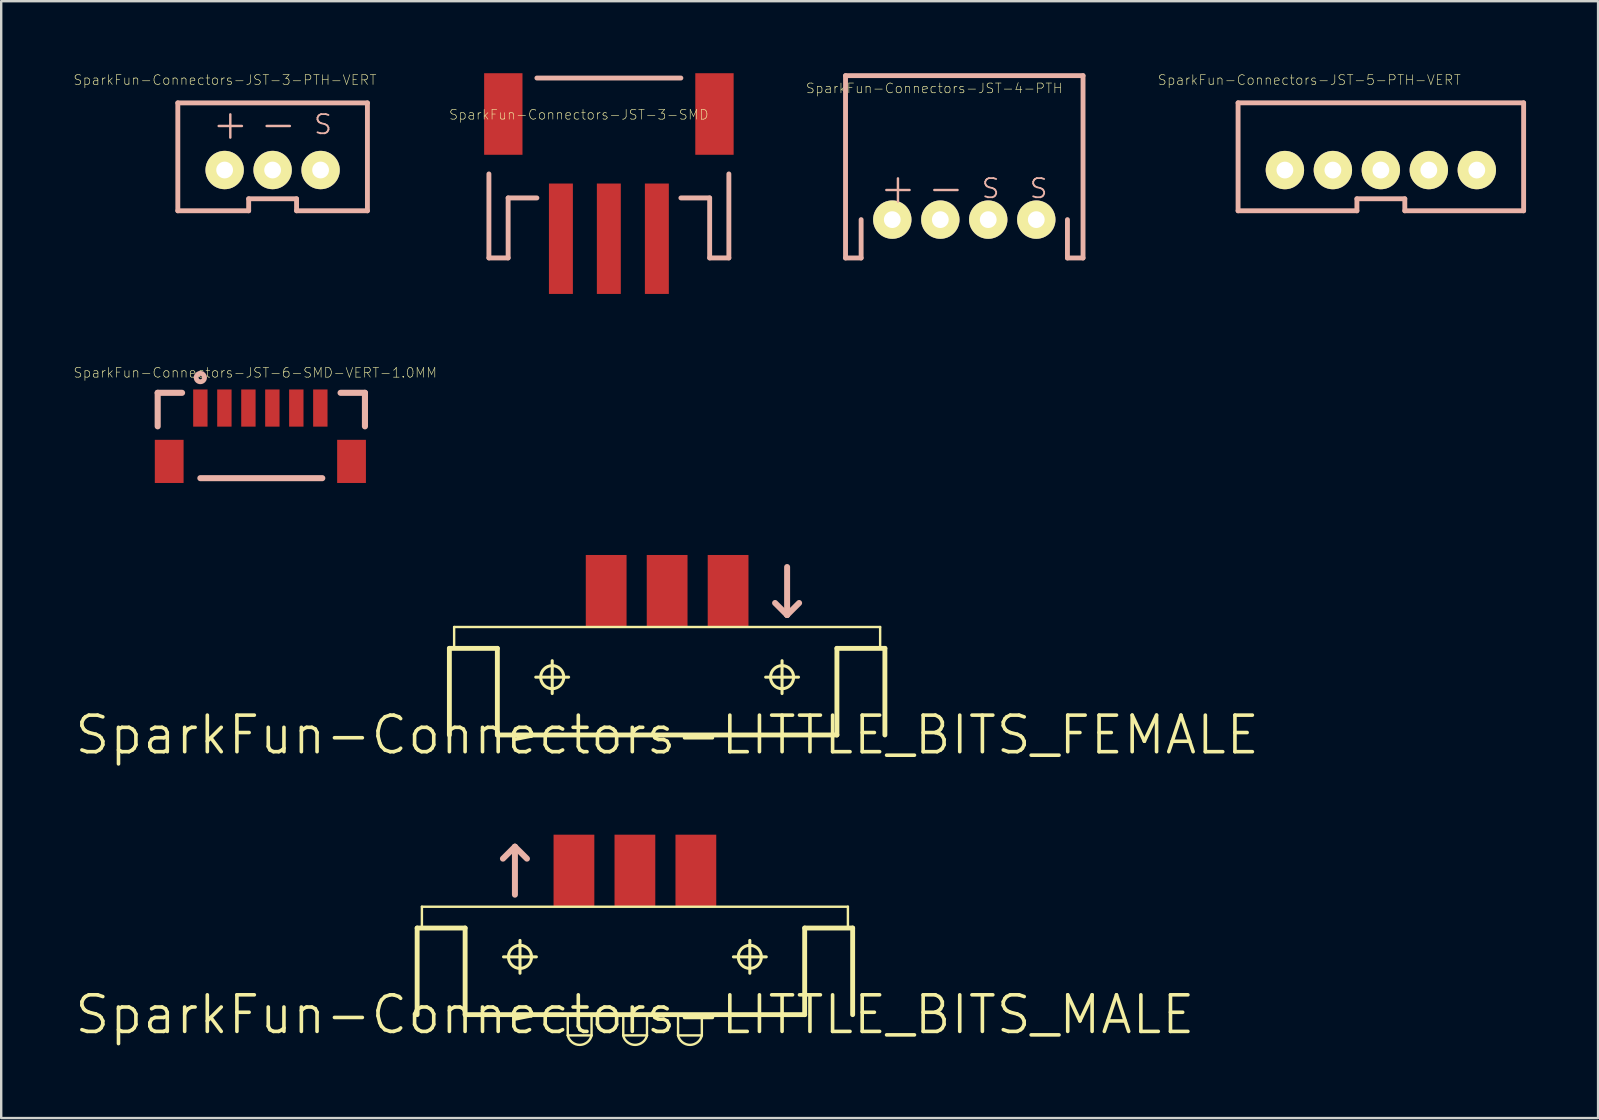
<source format=kicad_pcb>
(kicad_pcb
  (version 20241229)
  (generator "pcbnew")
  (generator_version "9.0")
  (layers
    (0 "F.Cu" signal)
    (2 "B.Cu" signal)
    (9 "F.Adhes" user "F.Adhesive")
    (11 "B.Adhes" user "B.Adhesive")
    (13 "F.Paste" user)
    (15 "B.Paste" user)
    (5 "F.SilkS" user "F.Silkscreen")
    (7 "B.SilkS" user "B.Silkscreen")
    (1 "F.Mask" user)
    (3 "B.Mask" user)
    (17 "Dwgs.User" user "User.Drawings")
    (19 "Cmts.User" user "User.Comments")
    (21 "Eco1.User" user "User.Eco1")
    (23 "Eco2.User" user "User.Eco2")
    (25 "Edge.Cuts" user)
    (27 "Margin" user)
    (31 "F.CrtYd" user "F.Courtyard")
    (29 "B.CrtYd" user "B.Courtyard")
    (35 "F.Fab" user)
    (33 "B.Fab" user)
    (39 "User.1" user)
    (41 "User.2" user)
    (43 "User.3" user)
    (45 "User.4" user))
  (footprint "SparkFun-Connectors-JST-3-SMD"
    (layer "F.Cu")
    (at 22.31 2.129)
    (property "Reference" "SparkFun-Connectors-JST-3-SMD" (at -1.242 -0.401 0) (layer "F.SilkS") (effects (font (size 0.406 0.406) (thickness 0.025))))
    (attr smd)
    (fp_line (start -4.989 2.068) (end -4.989 5.568) (stroke (width 0.203) (type solid)) (layer "B.SilkS"))
    (fp_line (start -4.989 5.568) (end -4.188 5.568) (stroke (width 0.203) (type solid)) (layer "B.SilkS"))
    (fp_line (start -4.188 3.068) (end -2.99 3.068) (stroke (width 0.203) (type solid)) (layer "B.SilkS"))
    (fp_line (start -4.188 5.568) (end -4.188 3.068) (stroke (width 0.203) (type solid)) (layer "B.SilkS"))
    (fp_line (start 3.01 -1.928) (end -2.99 -1.928) (stroke (width 0.203) (type solid)) (layer "B.SilkS"))
    (fp_line (start 3.01 3.068) (end 4.209 3.068) (stroke (width 0.203) (type solid)) (layer "B.SilkS"))
    (fp_line (start 4.209 3.068) (end 4.209 5.568) (stroke (width 0.203) (type solid)) (layer "B.SilkS"))
    (fp_line (start 4.209 5.568) (end 5.009 5.568) (stroke (width 0.203) (type solid)) (layer "B.SilkS"))
    (fp_line (start 5.009 5.568) (end 5.009 2.068) (stroke (width 0.203) (type solid)) (layer "B.SilkS"))
    (pad "1" smd rect (at -1.989 4.768) (size 0.998 4.6) (layers "F.Cu" "F.Mask" "F.Paste"))
    (pad "2" smd rect (at 0.008 4.768) (size 0.998 4.6) (layers "F.Cu" "F.Mask" "F.Paste"))
    (pad "3" smd rect (at 2.009 4.768) (size 0.998 4.6) (layers "F.Cu" "F.Mask" "F.Paste"))
    (pad "NC1" smd rect (at -4.389 -0.429 90) (size 3.399 1.598) (layers "F.Cu" "F.Mask" "F.Paste"))
    (pad "NC2" smd rect (at 4.409 -0.429 90) (size 3.399 1.598) (layers "F.Cu" "F.Mask" "F.Paste")))
  (footprint "SparkFun-Connectors-JST-4-PTH"
    (layer "F.Cu")
    (at 37.128 6.101)
    (property "Reference" "SparkFun-Connectors-JST-4-PTH" (at -1.252 -5.471 0) (layer "F.SilkS") (effects (font (size 0.406 0.406) (thickness 0.025))))
    (attr exclude_from_pos_files exclude_from_bom)
    (fp_line (start -4.948 -5.999) (end 4.948 -5.999) (stroke (width 0.203) (type solid)) (layer "B.SilkS"))
    (fp_line (start -4.948 1.598) (end -4.948 -5.999) (stroke (width 0.203) (type solid)) (layer "B.SilkS"))
    (fp_line (start -4.948 1.598) (end -4.298 1.598) (stroke (width 0.203) (type solid)) (layer "B.SilkS"))
    (fp_line (start -4.298 1.598) (end -4.298 0) (stroke (width 0.203) (type solid)) (layer "B.SilkS"))
    (fp_line (start 4.298 1.598) (end 4.298 0) (stroke (width 0.203) (type solid)) (layer "B.SilkS"))
    (fp_line (start 4.948 -5.999) (end 4.948 1.598) (stroke (width 0.203) (type solid)) (layer "B.SilkS"))
    (fp_line (start 4.948 1.598) (end 4.298 1.598) (stroke (width 0.203) (type solid)) (layer "B.SilkS"))
    (fp_text user "-" (at -0.765 -1.333 0) (layer "B.SilkS") (effects (font (size 1.27 1.27) (thickness 0.102))))
    (fp_text user "+" (at -2.764 -1.333 0) (layer "B.SilkS") (effects (font (size 1.27 1.27) (thickness 0.102))))
    (fp_text user "S" (at 1.1 -1.298 0) (layer "B.SilkS") (effects (font (size 0.798 0.798) (thickness 0.076))))
    (fp_text user "S" (at 3.099 -1.298 0) (layer "B.SilkS") (effects (font (size 0.798 0.798) (thickness 0.076))))
    (pad "1" thru_hole circle (at -3 0) (size 1.598 1.598) (drill 0.699) (layers "*.Cu" "F.Mask" "F.SilkS" "F.Paste"))
    (pad "2" thru_hole circle (at -0.998 0) (size 1.598 1.598) (drill 0.699) (layers "*.Cu" "F.Mask" "F.SilkS" "F.Paste"))
    (pad "3" thru_hole circle (at 0.998 0) (size 1.598 1.598) (drill 0.699) (layers "*.Cu" "F.Mask" "F.SilkS" "F.Paste"))
    (pad "4" thru_hole circle (at 3 0) (size 1.598 1.598) (drill 0.699) (layers "*.Cu" "F.Mask" "F.SilkS" "F.Paste")))
  (footprint "SparkFun-Connectors-JST-5-PTH-VERT"
    (layer "F.Cu")
    (at 54.485 4.214)
    (property "Reference" "SparkFun-Connectors-JST-5-PTH-VERT" (at -2.982 -3.932 0) (layer "F.SilkS") (effects (font (size 0.406 0.406) (thickness 0.025))))
    (attr exclude_from_pos_files exclude_from_bom)
    (fp_line (start -5.949 -2.979) (end 5.949 -2.979) (stroke (width 0.203) (type solid)) (layer "B.SilkS"))
    (fp_line (start -5.949 1.519) (end -5.949 -2.979) (stroke (width 0.203) (type solid)) (layer "B.SilkS"))
    (fp_line (start -0.998 1.019) (end -0.998 1.519) (stroke (width 0.203) (type solid)) (layer "B.SilkS"))
    (fp_line (start -0.998 1.019) (end 0.998 1.019) (stroke (width 0.203) (type solid)) (layer "B.SilkS"))
    (fp_line (start -0.998 1.519) (end -5.949 1.519) (stroke (width 0.203) (type solid)) (layer "B.SilkS"))
    (fp_line (start 0.998 1.019) (end 0.998 1.519) (stroke (width 0.203) (type solid)) (layer "B.SilkS"))
    (fp_line (start 5.949 -2.979) (end 5.949 1.519) (stroke (width 0.203) (type solid)) (layer "B.SilkS"))
    (fp_line (start 5.949 1.519) (end 0.998 1.519) (stroke (width 0.203) (type solid)) (layer "B.SilkS"))
    (pad "1" thru_hole circle (at -3.998 -0.178) (size 1.598 1.598) (drill 0.699) (layers "*.Cu" "F.Mask" "F.SilkS" "F.Paste"))
    (pad "2" thru_hole circle (at -1.999 -0.178) (size 1.598 1.598) (drill 0.699) (layers "*.Cu" "F.Mask" "F.SilkS" "F.Paste"))
    (pad "3" thru_hole circle (at 0 -0.178) (size 1.598 1.598) (drill 0.699) (layers "*.Cu" "F.Mask" "F.SilkS" "F.Paste"))
    (pad "4" thru_hole circle (at 1.999 -0.178) (size 1.598 1.598) (drill 0.699) (layers "*.Cu" "F.Mask" "F.SilkS" "F.Paste"))
    (pad "5" thru_hole circle (at 3.998 -0.178) (size 1.598 1.598) (drill 0.699) (layers "*.Cu" "F.Mask" "F.SilkS" "F.Paste")))
  (footprint "SparkFun-Connectors-JST-3-PTH-VERT"
    (layer "F.Cu")
    (at 8.309 3.485)
    (property "Reference" "SparkFun-Connectors-JST-3-PTH-VERT" (at -1.984 -3.203 0) (layer "F.SilkS") (effects (font (size 0.406 0.406) (thickness 0.025))))
    (attr exclude_from_pos_files exclude_from_bom)
    (fp_line (start -3.95 -2.248) (end 3.95 -2.248) (stroke (width 0.203) (type solid)) (layer "B.SilkS"))
    (fp_line (start -3.95 2.248) (end -3.95 -2.248) (stroke (width 0.203) (type solid)) (layer "B.SilkS"))
    (fp_line (start -0.998 1.748) (end -0.998 2.248) (stroke (width 0.203) (type solid)) (layer "B.SilkS"))
    (fp_line (start -0.998 1.748) (end 0.998 1.748) (stroke (width 0.203) (type solid)) (layer "B.SilkS"))
    (fp_line (start -0.998 2.248) (end -3.95 2.248) (stroke (width 0.203) (type solid)) (layer "B.SilkS"))
    (fp_line (start 0.998 1.748) (end 0.998 2.248) (stroke (width 0.203) (type solid)) (layer "B.SilkS"))
    (fp_line (start 3.95 -2.248) (end 3.95 2.248) (stroke (width 0.203) (type solid)) (layer "B.SilkS"))
    (fp_line (start 3.95 2.248) (end 0.998 2.248) (stroke (width 0.203) (type solid)) (layer "B.SilkS"))
    (fp_text user "S" (at 2.098 -1.349 0) (layer "B.SilkS") (effects (font (size 0.798 0.798) (thickness 0.076))))
    (fp_text user "+" (at -1.763 -1.384 0) (layer "B.SilkS") (effects (font (size 1.27 1.27) (thickness 0.102))))
    (fp_text user "-" (at 0.234 -1.384 0) (layer "B.SilkS") (effects (font (size 1.27 1.27) (thickness 0.102))))
    (pad "1" thru_hole circle (at -1.999 0.549) (size 1.598 1.598) (drill 0.699) (layers "*.Cu" "F.Mask" "F.SilkS" "F.Paste"))
    (pad "2" thru_hole circle (at 0 0.549) (size 1.598 1.598) (drill 0.699) (layers "*.Cu" "F.Mask" "F.SilkS" "F.Paste"))
    (pad "3" thru_hole circle (at 1.999 0.549) (size 1.598 1.598) (drill 0.699) (layers "*.Cu" "F.Mask" "F.SilkS" "F.Paste")))
  (footprint "SparkFun-Connectors-LITTLE_BITS_FEMALE"
    (layer "F.Cu")
    (at 24.747 27.573)
    (property "Reference" "SparkFun-Connectors-LITTLE_BITS_FEMALE" (at 0 0 0) (layer "F.SilkS") (effects (font (size 1.524 1.524) (thickness 0.15))))
    (attr smd)
    (fp_line (start -9.073 -3.609) (end -9.073 0) (stroke (width 0.203) (type solid)) (layer "F.SilkS"))
    (fp_line (start -8.875 -4.498) (end -8.875 -3.609) (stroke (width 0.1) (type solid)) (layer "F.SilkS"))
    (fp_line (start -8.875 -4.498) (end 8.875 -4.498) (stroke (width 0.1) (type solid)) (layer "F.SilkS"))
    (fp_line (start -7.074 -3.609) (end -9.073 -3.609) (stroke (width 0.203) (type solid)) (layer "F.SilkS"))
    (fp_line (start -7.074 -3.609) (end -7.074 0) (stroke (width 0.203) (type solid)) (layer "F.SilkS"))
    (fp_line (start -5.474 -2.408) (end -4.105 -2.408) (stroke (width 0.127) (type solid)) (layer "F.SilkS"))
    (fp_line (start -4.788 -1.725) (end -4.788 -3.094) (stroke (width 0.127) (type solid)) (layer "F.SilkS"))
    (fp_line (start 4.105 -2.408) (end 5.474 -2.408) (stroke (width 0.127) (type solid)) (layer "F.SilkS"))
    (fp_line (start 4.788 -1.725) (end 4.788 -3.094) (stroke (width 0.127) (type solid)) (layer "F.SilkS"))
    (fp_line (start 7.074 0) (end -7.074 0) (stroke (width 0.203) (type solid)) (layer "F.SilkS"))
    (fp_line (start 7.074 0) (end 7.074 -3.609) (stroke (width 0.203) (type solid)) (layer "F.SilkS"))
    (fp_line (start 8.875 -4.498) (end 8.875 -3.609) (stroke (width 0.1) (type solid)) (layer "F.SilkS"))
    (fp_line (start 9.073 -3.609) (end 7.074 -3.609) (stroke (width 0.203) (type solid)) (layer "F.SilkS"))
    (fp_line (start 9.073 -3.609) (end 9.073 0) (stroke (width 0.203) (type solid)) (layer "F.SilkS"))
    (fp_circle (center -4.788 -2.408) (end -5.128 -2.748) (stroke (width 0.127) (type solid)) (fill no) (layer "F.SilkS"))
    (fp_circle (center 4.788 -2.408) (end 5.128 -2.748) (stroke (width 0.127) (type solid)) (fill no) (layer "F.SilkS"))
    (fp_line (start 4.999 -4.999) (end 4.498 -5.499) (stroke (width 0.249) (type solid)) (layer "B.SilkS"))
    (fp_line (start 4.999 -4.999) (end 4.999 -6.998) (stroke (width 0.249) (type solid)) (layer "B.SilkS"))
    (fp_line (start 5.499 -5.499) (end 4.999 -4.999) (stroke (width 0.249) (type solid)) (layer "B.SilkS"))
    (pad "SIG" smd rect (at 0 -5.999 90) (size 3 1.699) (layers "F.Cu" "F.Mask" "F.Paste"))
    (pad "V+" smd rect (at 2.54 -5.999 90) (size 3 1.699) (layers "F.Cu" "F.Mask" "F.Paste"))
    (pad "V-" smd rect (at -2.54 -5.999 90) (size 3 1.699) (layers "F.Cu" "F.Mask" "F.Paste")))
  (footprint "SparkFun-Connectors-JST-6-SMD-VERT-1.0MM"
    (layer "F.Cu")
    (at 7.838 15.222)
    (property "Reference" "SparkFun-Connectors-JST-6-SMD-VERT-1.0MM" (at -0.254 -2.743 0) (layer "F.SilkS") (effects (font (size 0.406 0.406) (thickness 0.025))))
    (attr smd)
    (fp_line (start -4.318 -1.905) (end -3.302 -1.905) (stroke (width 0.254) (type solid)) (layer "B.SilkS"))
    (fp_line (start -4.318 -0.508) (end -4.318 -1.905) (stroke (width 0.254) (type solid)) (layer "B.SilkS"))
    (fp_line (start -2.54 1.651) (end 2.54 1.651) (stroke (width 0.254) (type solid)) (layer "B.SilkS"))
    (fp_line (start 3.302 -1.905) (end 4.318 -1.905) (stroke (width 0.254) (type solid)) (layer "B.SilkS"))
    (fp_line (start 4.318 -1.905) (end 4.318 -0.508) (stroke (width 0.254) (type solid)) (layer "B.SilkS"))
    (fp_circle (center -2.54 -2.54) (end -2.591 -2.591) (stroke (width 0.203) (type solid)) (fill no) (layer "B.SilkS"))
    (pad "1" smd rect (at -2.54 -1.27) (size 0.599 1.549) (layers "F.Cu" "F.Mask" "F.Paste"))
    (pad "2" smd rect (at -1.539 -1.27) (size 0.599 1.549) (layers "F.Cu" "F.Mask" "F.Paste"))
    (pad "3" smd rect (at -0.538 -1.27) (size 0.599 1.549) (layers "F.Cu" "F.Mask" "F.Paste"))
    (pad "4" smd rect (at 0.46 -1.27) (size 0.599 1.549) (layers "F.Cu" "F.Mask" "F.Paste"))
    (pad "5" smd rect (at 1.458 -1.27) (size 0.599 1.549) (layers "F.Cu" "F.Mask" "F.Paste"))
    (pad "6" smd rect (at 2.459 -1.27) (size 0.599 1.549) (layers "F.Cu" "F.Mask" "F.Paste"))
    (pad "P$1" smd rect (at -3.838 0.953) (size 1.199 1.798) (layers "F.Cu" "F.Mask" "F.Paste"))
    (pad "P$2" smd rect (at 3.759 0.953) (size 1.199 1.798) (layers "F.Cu" "F.Mask" "F.Paste")))
  (footprint "SparkFun-Connectors-LITTLE_BITS_MALE"
    (layer "F.Cu")
    (at 23.404 39.227)
    (property "Reference" "SparkFun-Connectors-LITTLE_BITS_MALE" (at 0 0 0) (layer "F.SilkS") (effects (font (size 1.524 1.524) (thickness 0.15))))
    (attr smd)
    (fp_line (start -9.073 -3.609) (end -9.073 0) (stroke (width 0.203) (type solid)) (layer "F.SilkS"))
    (fp_line (start -8.875 -4.498) (end -8.875 -3.609) (stroke (width 0.1) (type solid)) (layer "F.SilkS"))
    (fp_line (start -8.875 -4.498) (end 8.875 -4.498) (stroke (width 0.1) (type solid)) (layer "F.SilkS"))
    (fp_line (start -7.074 -3.609) (end -9.073 -3.609) (stroke (width 0.203) (type solid)) (layer "F.SilkS"))
    (fp_line (start -7.074 -3.609) (end -7.074 0) (stroke (width 0.203) (type solid)) (layer "F.SilkS"))
    (fp_line (start -5.474 -2.408) (end -4.105 -2.408) (stroke (width 0.127) (type solid)) (layer "F.SilkS"))
    (fp_line (start -4.788 -1.725) (end -4.788 -3.094) (stroke (width 0.127) (type solid)) (layer "F.SilkS"))
    (fp_line (start -2.797 0.102) (end -2.797 0.864) (stroke (width 0.1) (type solid)) (layer "F.SilkS"))
    (fp_line (start -2.797 0.864) (end -1.806 0.864) (stroke (width 0.1) (type solid)) (layer "F.SilkS"))
    (fp_line (start -1.806 0.102) (end -1.806 0.864) (stroke (width 0.1) (type solid)) (layer "F.SilkS"))
    (fp_line (start -0.485 0.102) (end -0.485 0.864) (stroke (width 0.1) (type solid)) (layer "F.SilkS"))
    (fp_line (start -0.485 0.864) (end 0.503 0.864) (stroke (width 0.1) (type solid)) (layer "F.SilkS"))
    (fp_line (start 0.503 0.102) (end 0.503 0.864) (stroke (width 0.1) (type solid)) (layer "F.SilkS"))
    (fp_line (start 1.798 0.102) (end 1.798 0.864) (stroke (width 0.1) (type solid)) (layer "F.SilkS"))
    (fp_line (start 1.798 0.864) (end 2.789 0.864) (stroke (width 0.1) (type solid)) (layer "F.SilkS"))
    (fp_line (start 2.789 0.102) (end 2.789 0.864) (stroke (width 0.1) (type solid)) (layer "F.SilkS"))
    (fp_line (start 4.105 -2.408) (end 5.474 -2.408) (stroke (width 0.127) (type solid)) (layer "F.SilkS"))
    (fp_line (start 4.788 -1.725) (end 4.788 -3.094) (stroke (width 0.127) (type solid)) (layer "F.SilkS"))
    (fp_line (start 7.074 0) (end -7.074 0) (stroke (width 0.203) (type solid)) (layer "F.SilkS"))
    (fp_line (start 7.074 0) (end 7.074 -3.609) (stroke (width 0.203) (type solid)) (layer "F.SilkS"))
    (fp_line (start 8.875 -4.498) (end 8.875 -3.609) (stroke (width 0.1) (type solid)) (layer "F.SilkS"))
    (fp_line (start 9.073 -3.609) (end 7.074 -3.609) (stroke (width 0.203) (type solid)) (layer "F.SilkS"))
    (fp_line (start 9.073 -3.609) (end 9.073 0) (stroke (width 0.203) (type solid)) (layer "F.SilkS"))
    (fp_arc (start -1.80594 0.8636) (mid -2.300047 1.259591) (end -2.796009 0.865927) (stroke (width 0.1) (type solid)) (layer "F.SilkS"))
    (fp_arc (start 0.50292 0.8636) (mid 0.008813 1.259591) (end -0.487149 0.865927) (stroke (width 0.1) (type solid)) (layer "F.SilkS"))
    (fp_arc (start 2.78892 0.8636) (mid 2.294813 1.259591) (end 1.798851 0.865927) (stroke (width 0.1) (type solid)) (layer "F.SilkS"))
    (fp_circle (center -4.788 -2.408) (end -5.128 -2.748) (stroke (width 0.127) (type solid)) (fill no) (layer "F.SilkS"))
    (fp_circle (center 4.788 -2.408) (end 5.128 -2.748) (stroke (width 0.127) (type solid)) (fill no) (layer "F.SilkS"))
    (fp_line (start -5.499 -6.5) (end -4.999 -6.998) (stroke (width 0.249) (type solid)) (layer "B.SilkS"))
    (fp_line (start -4.999 -6.998) (end -4.999 -4.999) (stroke (width 0.249) (type solid)) (layer "B.SilkS"))
    (fp_line (start -4.999 -6.998) (end -4.498 -6.5) (stroke (width 0.249) (type solid)) (layer "B.SilkS"))
    (pad "SIG" smd rect (at 0 -5.999 90) (size 3 1.699) (layers "F.Cu" "F.Mask" "F.Paste"))
    (pad "V+" smd rect (at -2.54 -5.999 90) (size 3 1.699) (layers "F.Cu" "F.Mask" "F.Paste"))
    (pad "V-" smd rect (at 2.54 -5.999 90) (size 3 1.699) (layers "F.Cu" "F.Mask" "F.Paste")))
  (gr_rect
    (start -3 -3)
    (end 63.536 43.536)
    (stroke (width 0.1) (type default))
    (fill no)
    (layer "Edge.Cuts")))
</source>
